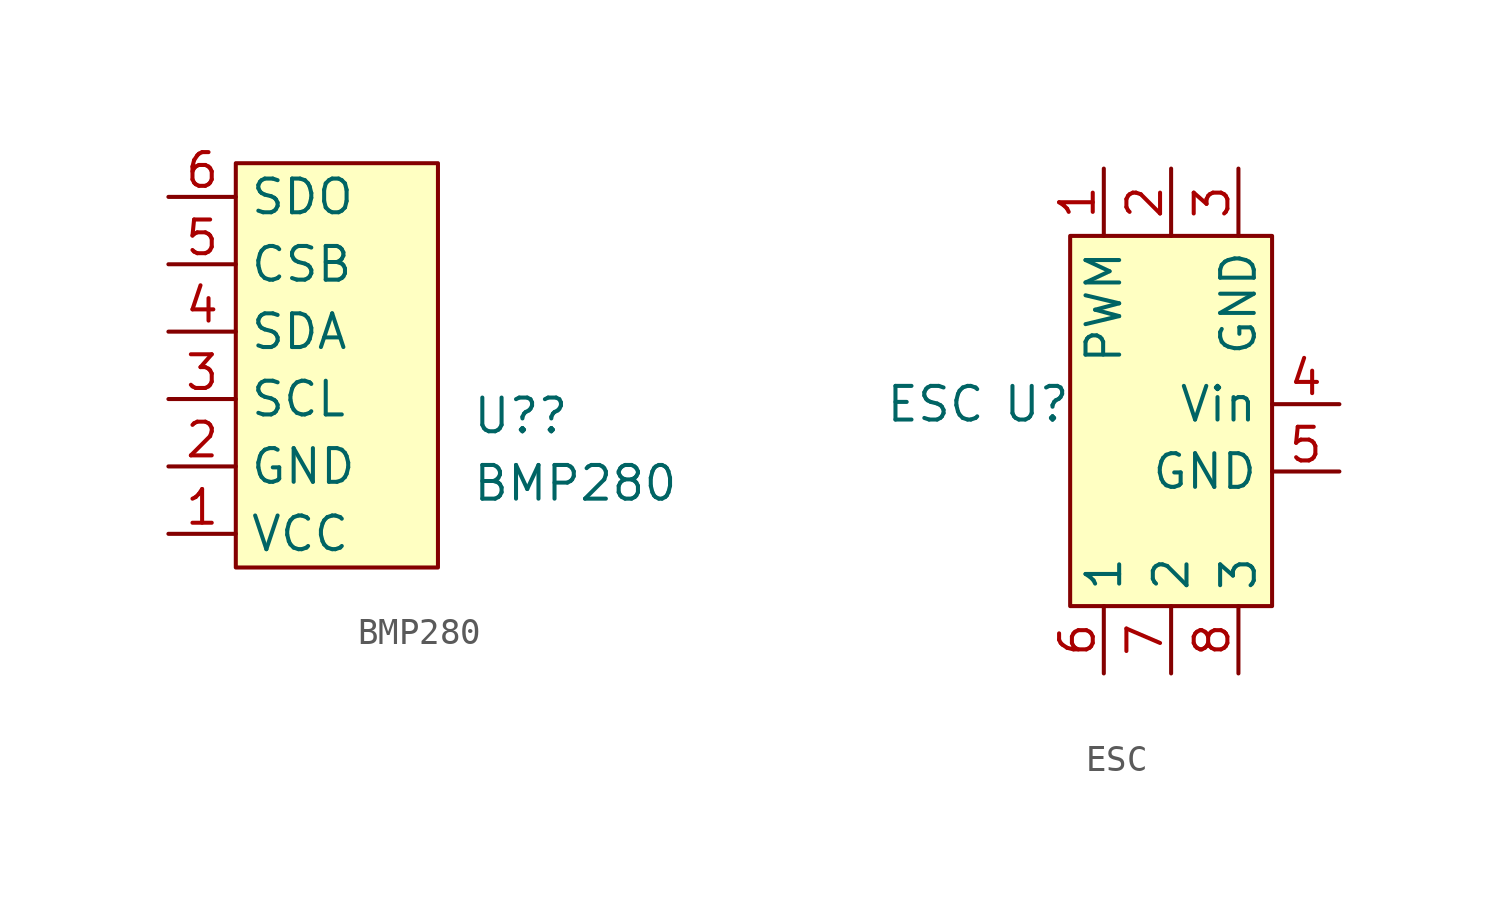
<source format=kicad_sym>
(kicad_symbol_lib
  (version 20211014)
  (generator kicad_symbol_editor)
  (symbol "BMP280"
    (property "Reference" "U?"
      (at 5.08 -4.445 0)
      (effects (font (size 1.27 1.27)) (justify left)))
    (property "Value" "BMP280"
      (at 5.08 -6.985 0)
      (effects (font (size 1.27 1.27)) (justify left)))
    (symbol "BMP280_0_1"
      (rectangle (start -3.81 5.08) (end 3.81 -10.16) (stroke (width 0) (type default) (color 0 0 0 0)) (fill (type background))))
    (symbol "BMP280_1_1"
      (pin bidirectional line (at -6.35 -8.89 0) (length 2.54) (name "VCC" (effects (font (size 1.27 1.27)))) (number "1" (effects (font (size 1.27 1.27)))))
      (pin bidirectional line (at -6.35 -6.35 0) (length 2.54) (name "GND" (effects (font (size 1.27 1.27)))) (number "2" (effects (font (size 1.27 1.27)))))
      (pin bidirectional line (at -6.35 -3.81 0) (length 2.54) (name "SCL" (effects (font (size 1.27 1.27)))) (number "3" (effects (font (size 1.27 1.27)))))
      (pin bidirectional line (at -6.35 -1.27 0) (length 2.54) (name "SDA" (effects (font (size 1.27 1.27)))) (number "4" (effects (font (size 1.27 1.27)))))
      (pin bidirectional line (at -6.35 1.27 0) (length 2.54) (name "CSB" (effects (font (size 1.27 1.27)))) (number "5" (effects (font (size 1.27 1.27)))))
      (pin bidirectional line (at -6.35 3.81 0) (length 2.54) (name "SDO" (effects (font (size 1.27 1.27)))) (number "6" (effects (font (size 1.27 1.27)))))))
  (symbol "ESC"
    (property "Reference" "U"
      (at -5.08 1.27 0)
      (effects (font (size 1.27 1.27))))
    (property "Value" "ESC"
      (at -8.89 1.27 0)
      (effects (font (size 1.27 1.27))))
    (symbol "ESC_0_1"
      (rectangle (start -3.81 7.62) (end 3.81 -6.35) (stroke (width 0) (type default) (color 0 0 0 0)) (fill (type background))))
    (symbol "ESC_1_1"
      (pin passive line (at -2.54 10.16 270) (length 2.54) (name "PWM" (effects (font (size 1.27 1.27)))) (number "1" (effects (font (size 1.27 1.27)))))
      (pin passive line (at 0 10.16 270) (length 2.54) (name "" (effects (font (size 1.27 1.27)))) (number "2" (effects (font (size 1.27 1.27)))))
      (pin input line (at 2.54 10.16 270) (length 2.54) (name "GND" (effects (font (size 1.27 1.27)))) (number "3" (effects (font (size 1.27 1.27)))))
      (pin input line (at 6.35 1.27 180) (length 2.54) (name "Vin" (effects (font (size 1.27 1.27)))) (number "4" (effects (font (size 1.27 1.27)))))
      (pin input line (at 6.35 -1.27 180) (length 2.54) (name "GND" (effects (font (size 1.27 1.27)))) (number "5" (effects (font (size 1.27 1.27)))))
      (pin input line (at -2.54 -8.89 90) (length 2.54) (name "1" (effects (font (size 1.27 1.27)))) (number "6" (effects (font (size 1.27 1.27)))))
      (pin input line (at 0 -8.89 90) (length 2.54) (name "2" (effects (font (size 1.27 1.27)))) (number "7" (effects (font (size 1.27 1.27)))))
      (pin input line (at 2.54 -8.89 90) (length 2.54) (name "3" (effects (font (size 1.27 1.27)))) (number "8" (effects (font (size 1.27 1.27))))))))
</source>
